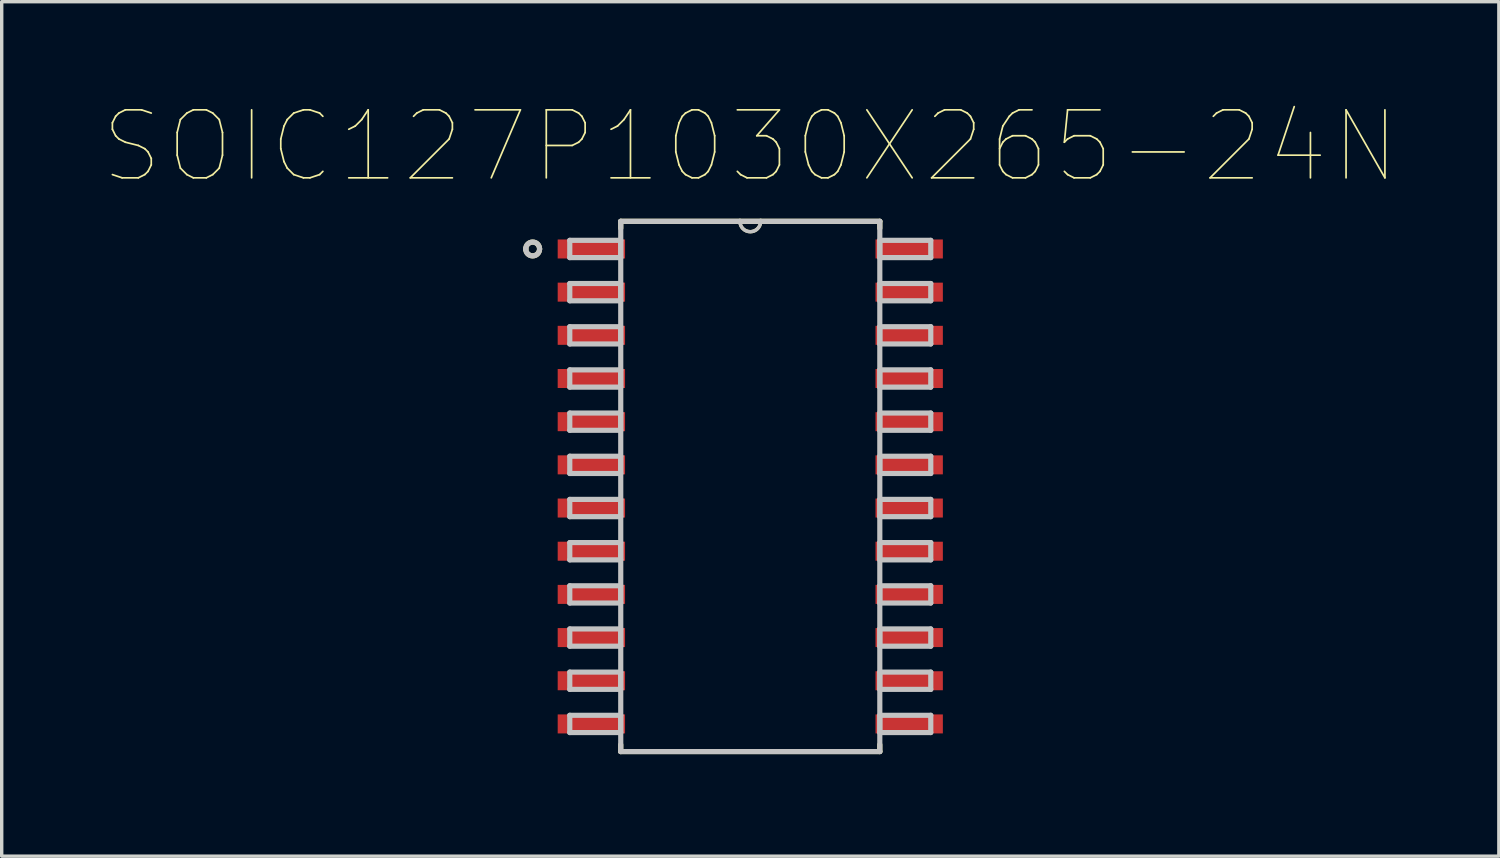
<source format=kicad_pcb>
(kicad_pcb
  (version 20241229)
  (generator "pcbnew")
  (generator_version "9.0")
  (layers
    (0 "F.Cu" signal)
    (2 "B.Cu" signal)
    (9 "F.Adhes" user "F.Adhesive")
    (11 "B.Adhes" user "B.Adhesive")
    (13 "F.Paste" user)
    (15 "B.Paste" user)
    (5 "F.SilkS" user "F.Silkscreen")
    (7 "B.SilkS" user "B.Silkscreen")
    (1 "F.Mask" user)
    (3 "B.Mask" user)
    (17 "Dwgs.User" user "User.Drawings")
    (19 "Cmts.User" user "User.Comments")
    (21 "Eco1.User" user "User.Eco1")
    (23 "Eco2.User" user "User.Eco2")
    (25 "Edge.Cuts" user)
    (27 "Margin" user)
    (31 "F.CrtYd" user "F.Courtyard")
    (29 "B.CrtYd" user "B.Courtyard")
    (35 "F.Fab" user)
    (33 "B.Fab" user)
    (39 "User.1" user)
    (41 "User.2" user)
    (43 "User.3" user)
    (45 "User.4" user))
  (footprint "SOIC127P1030X265-24N"
    (layer "F.Cu")
    (at 19.018 11.258)
    (property "Reference" "SOIC127P1030X265-24N" (at 0 -10 0) (layer "F.SilkS") (effects (font (size 2 2) (thickness 0.05))))
    (attr smd)
    (fp_line (start -3.81 -7.798) (end -3.81 -7.595) (stroke (width 0.152) (type solid)) (layer "F.SilkS"))
    (fp_line (start -3.81 7.595) (end -3.81 7.798) (stroke (width 0.152) (type solid)) (layer "F.SilkS"))
    (fp_line (start -3.81 7.798) (end 3.81 7.798) (stroke (width 0.152) (type solid)) (layer "F.SilkS"))
    (fp_line (start -0.305 -7.798) (end -3.81 -7.798) (stroke (width 0.152) (type solid)) (layer "F.SilkS"))
    (fp_line (start 0.305 -7.798) (end -0.305 -7.798) (stroke (width 0.152) (type solid)) (layer "F.SilkS"))
    (fp_line (start 3.81 -7.798) (end 0.305 -7.798) (stroke (width 0.152) (type solid)) (layer "F.SilkS"))
    (fp_line (start 3.81 -7.595) (end 3.81 -7.798) (stroke (width 0.152) (type solid)) (layer "F.SilkS"))
    (fp_line (start 3.81 7.798) (end 3.81 7.595) (stroke (width 0.152) (type solid)) (layer "F.SilkS"))
    (fp_arc (start -6.604 -6.985) (mid -6.4008 -7.1882) (end -6.1976 -6.985) (stroke (width 0.1524) (type solid)) (layer "F.SilkS"))
    (fp_arc (start -6.1976 -6.985) (mid -6.4008 -6.7818) (end -6.604 -6.985) (stroke (width 0.1524) (type solid)) (layer "F.SilkS"))
    (fp_arc (start 0.3048 -7.7978) (mid 0 -7.493) (end -0.3048 -7.7978) (stroke (width 0.1) (type solid)) (layer "F.SilkS"))
    (fp_line (start -5.309 -7.239) (end -5.309 -6.731) (stroke (width 0.152) (type solid)) (layer "Dwgs.User"))
    (fp_line (start -5.309 -6.731) (end -3.81 -6.731) (stroke (width 0.152) (type solid)) (layer "Dwgs.User"))
    (fp_line (start -5.309 -5.969) (end -5.309 -5.461) (stroke (width 0.152) (type solid)) (layer "Dwgs.User"))
    (fp_line (start -5.309 -5.461) (end -3.81 -5.461) (stroke (width 0.152) (type solid)) (layer "Dwgs.User"))
    (fp_line (start -5.309 -4.699) (end -5.309 -4.191) (stroke (width 0.152) (type solid)) (layer "Dwgs.User"))
    (fp_line (start -5.309 -4.191) (end -3.81 -4.191) (stroke (width 0.152) (type solid)) (layer "Dwgs.User"))
    (fp_line (start -5.309 -3.429) (end -5.309 -2.921) (stroke (width 0.152) (type solid)) (layer "Dwgs.User"))
    (fp_line (start -5.309 -2.921) (end -3.81 -2.921) (stroke (width 0.152) (type solid)) (layer "Dwgs.User"))
    (fp_line (start -5.309 -2.159) (end -5.309 -1.651) (stroke (width 0.152) (type solid)) (layer "Dwgs.User"))
    (fp_line (start -5.309 -1.651) (end -3.81 -1.651) (stroke (width 0.152) (type solid)) (layer "Dwgs.User"))
    (fp_line (start -5.309 -0.889) (end -5.309 -0.381) (stroke (width 0.152) (type solid)) (layer "Dwgs.User"))
    (fp_line (start -5.309 -0.381) (end -3.81 -0.381) (stroke (width 0.152) (type solid)) (layer "Dwgs.User"))
    (fp_line (start -5.309 0.381) (end -5.309 0.889) (stroke (width 0.152) (type solid)) (layer "Dwgs.User"))
    (fp_line (start -5.309 0.889) (end -3.81 0.889) (stroke (width 0.152) (type solid)) (layer "Dwgs.User"))
    (fp_line (start -5.309 1.651) (end -5.309 2.159) (stroke (width 0.152) (type solid)) (layer "Dwgs.User"))
    (fp_line (start -5.309 2.159) (end -3.81 2.159) (stroke (width 0.152) (type solid)) (layer "Dwgs.User"))
    (fp_line (start -5.309 2.921) (end -5.309 3.429) (stroke (width 0.152) (type solid)) (layer "Dwgs.User"))
    (fp_line (start -5.309 3.429) (end -3.81 3.429) (stroke (width 0.152) (type solid)) (layer "Dwgs.User"))
    (fp_line (start -5.309 4.191) (end -5.309 4.699) (stroke (width 0.152) (type solid)) (layer "Dwgs.User"))
    (fp_line (start -5.309 4.699) (end -3.81 4.699) (stroke (width 0.152) (type solid)) (layer "Dwgs.User"))
    (fp_line (start -5.309 5.461) (end -5.309 5.969) (stroke (width 0.152) (type solid)) (layer "Dwgs.User"))
    (fp_line (start -5.309 5.969) (end -3.81 5.969) (stroke (width 0.152) (type solid)) (layer "Dwgs.User"))
    (fp_line (start -5.309 6.731) (end -5.309 7.239) (stroke (width 0.152) (type solid)) (layer "Dwgs.User"))
    (fp_line (start -5.309 7.239) (end -3.81 7.239) (stroke (width 0.152) (type solid)) (layer "Dwgs.User"))
    (fp_line (start -3.81 -7.798) (end -3.81 7.798) (stroke (width 0.152) (type solid)) (layer "Dwgs.User"))
    (fp_line (start -3.81 -7.239) (end -5.309 -7.239) (stroke (width 0.152) (type solid)) (layer "Dwgs.User"))
    (fp_line (start -3.81 -6.731) (end -3.81 -7.239) (stroke (width 0.152) (type solid)) (layer "Dwgs.User"))
    (fp_line (start -3.81 -5.969) (end -5.309 -5.969) (stroke (width 0.152) (type solid)) (layer "Dwgs.User"))
    (fp_line (start -3.81 -5.461) (end -3.81 -5.969) (stroke (width 0.152) (type solid)) (layer "Dwgs.User"))
    (fp_line (start -3.81 -4.699) (end -5.309 -4.699) (stroke (width 0.152) (type solid)) (layer "Dwgs.User"))
    (fp_line (start -3.81 -4.191) (end -3.81 -4.699) (stroke (width 0.152) (type solid)) (layer "Dwgs.User"))
    (fp_line (start -3.81 -3.429) (end -5.309 -3.429) (stroke (width 0.152) (type solid)) (layer "Dwgs.User"))
    (fp_line (start -3.81 -2.921) (end -3.81 -3.429) (stroke (width 0.152) (type solid)) (layer "Dwgs.User"))
    (fp_line (start -3.81 -2.159) (end -5.309 -2.159) (stroke (width 0.152) (type solid)) (layer "Dwgs.User"))
    (fp_line (start -3.81 -1.651) (end -3.81 -2.159) (stroke (width 0.152) (type solid)) (layer "Dwgs.User"))
    (fp_line (start -3.81 -0.889) (end -5.309 -0.889) (stroke (width 0.152) (type solid)) (layer "Dwgs.User"))
    (fp_line (start -3.81 -0.381) (end -3.81 -0.889) (stroke (width 0.152) (type solid)) (layer "Dwgs.User"))
    (fp_line (start -3.81 0.381) (end -5.309 0.381) (stroke (width 0.152) (type solid)) (layer "Dwgs.User"))
    (fp_line (start -3.81 0.889) (end -3.81 0.381) (stroke (width 0.152) (type solid)) (layer "Dwgs.User"))
    (fp_line (start -3.81 1.651) (end -5.309 1.651) (stroke (width 0.152) (type solid)) (layer "Dwgs.User"))
    (fp_line (start -3.81 2.159) (end -3.81 1.651) (stroke (width 0.152) (type solid)) (layer "Dwgs.User"))
    (fp_line (start -3.81 2.921) (end -5.309 2.921) (stroke (width 0.152) (type solid)) (layer "Dwgs.User"))
    (fp_line (start -3.81 3.429) (end -3.81 2.921) (stroke (width 0.152) (type solid)) (layer "Dwgs.User"))
    (fp_line (start -3.81 4.191) (end -5.309 4.191) (stroke (width 0.152) (type solid)) (layer "Dwgs.User"))
    (fp_line (start -3.81 4.699) (end -3.81 4.191) (stroke (width 0.152) (type solid)) (layer "Dwgs.User"))
    (fp_line (start -3.81 5.461) (end -5.309 5.461) (stroke (width 0.152) (type solid)) (layer "Dwgs.User"))
    (fp_line (start -3.81 5.969) (end -3.81 5.461) (stroke (width 0.152) (type solid)) (layer "Dwgs.User"))
    (fp_line (start -3.81 6.731) (end -5.309 6.731) (stroke (width 0.152) (type solid)) (layer "Dwgs.User"))
    (fp_line (start -3.81 7.239) (end -3.81 6.731) (stroke (width 0.152) (type solid)) (layer "Dwgs.User"))
    (fp_line (start -3.81 7.798) (end 3.81 7.798) (stroke (width 0.152) (type solid)) (layer "Dwgs.User"))
    (fp_line (start -0.305 -7.798) (end -3.81 -7.798) (stroke (width 0.152) (type solid)) (layer "Dwgs.User"))
    (fp_line (start 0.305 -7.798) (end -0.305 -7.798) (stroke (width 0.152) (type solid)) (layer "Dwgs.User"))
    (fp_line (start 3.81 -7.798) (end 0.305 -7.798) (stroke (width 0.152) (type solid)) (layer "Dwgs.User"))
    (fp_line (start 3.81 -7.239) (end 3.81 -6.731) (stroke (width 0.152) (type solid)) (layer "Dwgs.User"))
    (fp_line (start 3.81 -6.731) (end 5.309 -6.731) (stroke (width 0.152) (type solid)) (layer "Dwgs.User"))
    (fp_line (start 3.81 -5.969) (end 3.81 -5.461) (stroke (width 0.152) (type solid)) (layer "Dwgs.User"))
    (fp_line (start 3.81 -5.461) (end 5.309 -5.461) (stroke (width 0.152) (type solid)) (layer "Dwgs.User"))
    (fp_line (start 3.81 -4.699) (end 3.81 -4.191) (stroke (width 0.152) (type solid)) (layer "Dwgs.User"))
    (fp_line (start 3.81 -4.191) (end 5.309 -4.191) (stroke (width 0.152) (type solid)) (layer "Dwgs.User"))
    (fp_line (start 3.81 -3.429) (end 3.81 -2.921) (stroke (width 0.152) (type solid)) (layer "Dwgs.User"))
    (fp_line (start 3.81 -2.921) (end 5.309 -2.921) (stroke (width 0.152) (type solid)) (layer "Dwgs.User"))
    (fp_line (start 3.81 -2.159) (end 3.81 -1.651) (stroke (width 0.152) (type solid)) (layer "Dwgs.User"))
    (fp_line (start 3.81 -1.651) (end 5.309 -1.651) (stroke (width 0.152) (type solid)) (layer "Dwgs.User"))
    (fp_line (start 3.81 -0.889) (end 3.81 -0.381) (stroke (width 0.152) (type solid)) (layer "Dwgs.User"))
    (fp_line (start 3.81 -0.381) (end 5.309 -0.381) (stroke (width 0.152) (type solid)) (layer "Dwgs.User"))
    (fp_line (start 3.81 0.381) (end 3.81 0.889) (stroke (width 0.152) (type solid)) (layer "Dwgs.User"))
    (fp_line (start 3.81 0.889) (end 5.309 0.889) (stroke (width 0.152) (type solid)) (layer "Dwgs.User"))
    (fp_line (start 3.81 1.651) (end 3.81 2.159) (stroke (width 0.152) (type solid)) (layer "Dwgs.User"))
    (fp_line (start 3.81 2.159) (end 5.309 2.159) (stroke (width 0.152) (type solid)) (layer "Dwgs.User"))
    (fp_line (start 3.81 2.921) (end 3.81 3.429) (stroke (width 0.152) (type solid)) (layer "Dwgs.User"))
    (fp_line (start 3.81 3.429) (end 5.309 3.429) (stroke (width 0.152) (type solid)) (layer "Dwgs.User"))
    (fp_line (start 3.81 4.191) (end 3.81 4.699) (stroke (width 0.152) (type solid)) (layer "Dwgs.User"))
    (fp_line (start 3.81 4.699) (end 5.309 4.699) (stroke (width 0.152) (type solid)) (layer "Dwgs.User"))
    (fp_line (start 3.81 5.461) (end 3.81 5.969) (stroke (width 0.152) (type solid)) (layer "Dwgs.User"))
    (fp_line (start 3.81 5.969) (end 5.309 5.969) (stroke (width 0.152) (type solid)) (layer "Dwgs.User"))
    (fp_line (start 3.81 6.731) (end 3.81 7.239) (stroke (width 0.152) (type solid)) (layer "Dwgs.User"))
    (fp_line (start 3.81 7.239) (end 5.309 7.239) (stroke (width 0.152) (type solid)) (layer "Dwgs.User"))
    (fp_line (start 3.81 7.798) (end 3.81 -7.798) (stroke (width 0.152) (type solid)) (layer "Dwgs.User"))
    (fp_line (start 5.309 -7.239) (end 3.81 -7.239) (stroke (width 0.152) (type solid)) (layer "Dwgs.User"))
    (fp_line (start 5.309 -6.731) (end 5.309 -7.239) (stroke (width 0.152) (type solid)) (layer "Dwgs.User"))
    (fp_line (start 5.309 -5.969) (end 3.81 -5.969) (stroke (width 0.152) (type solid)) (layer "Dwgs.User"))
    (fp_line (start 5.309 -5.461) (end 5.309 -5.969) (stroke (width 0.152) (type solid)) (layer "Dwgs.User"))
    (fp_line (start 5.309 -4.699) (end 3.81 -4.699) (stroke (width 0.152) (type solid)) (layer "Dwgs.User"))
    (fp_line (start 5.309 -4.191) (end 5.309 -4.699) (stroke (width 0.152) (type solid)) (layer "Dwgs.User"))
    (fp_line (start 5.309 -3.429) (end 3.81 -3.429) (stroke (width 0.152) (type solid)) (layer "Dwgs.User"))
    (fp_line (start 5.309 -2.921) (end 5.309 -3.429) (stroke (width 0.152) (type solid)) (layer "Dwgs.User"))
    (fp_line (start 5.309 -2.159) (end 3.81 -2.159) (stroke (width 0.152) (type solid)) (layer "Dwgs.User"))
    (fp_line (start 5.309 -1.651) (end 5.309 -2.159) (stroke (width 0.152) (type solid)) (layer "Dwgs.User"))
    (fp_line (start 5.309 -0.889) (end 3.81 -0.889) (stroke (width 0.152) (type solid)) (layer "Dwgs.User"))
    (fp_line (start 5.309 -0.381) (end 5.309 -0.889) (stroke (width 0.152) (type solid)) (layer "Dwgs.User"))
    (fp_line (start 5.309 0.381) (end 3.81 0.381) (stroke (width 0.152) (type solid)) (layer "Dwgs.User"))
    (fp_line (start 5.309 0.889) (end 5.309 0.381) (stroke (width 0.152) (type solid)) (layer "Dwgs.User"))
    (fp_line (start 5.309 1.651) (end 3.81 1.651) (stroke (width 0.152) (type solid)) (layer "Dwgs.User"))
    (fp_line (start 5.309 2.159) (end 5.309 1.651) (stroke (width 0.152) (type solid)) (layer "Dwgs.User"))
    (fp_line (start 5.309 2.921) (end 3.81 2.921) (stroke (width 0.152) (type solid)) (layer "Dwgs.User"))
    (fp_line (start 5.309 3.429) (end 5.309 2.921) (stroke (width 0.152) (type solid)) (layer "Dwgs.User"))
    (fp_line (start 5.309 4.191) (end 3.81 4.191) (stroke (width 0.152) (type solid)) (layer "Dwgs.User"))
    (fp_line (start 5.309 4.699) (end 5.309 4.191) (stroke (width 0.152) (type solid)) (layer "Dwgs.User"))
    (fp_line (start 5.309 5.461) (end 3.81 5.461) (stroke (width 0.152) (type solid)) (layer "Dwgs.User"))
    (fp_line (start 5.309 5.969) (end 5.309 5.461) (stroke (width 0.152) (type solid)) (layer "Dwgs.User"))
    (fp_line (start 5.309 6.731) (end 3.81 6.731) (stroke (width 0.152) (type solid)) (layer "Dwgs.User"))
    (fp_line (start 5.309 7.239) (end 5.309 6.731) (stroke (width 0.152) (type solid)) (layer "Dwgs.User"))
    (fp_arc (start -6.604 -6.985) (mid -6.4008 -7.1882) (end -6.1976 -6.985) (stroke (width 0.1524) (type solid)) (layer "Dwgs.User"))
    (fp_arc (start -6.1976 -6.985) (mid -6.4008 -6.7818) (end -6.604 -6.985) (stroke (width 0.1524) (type solid)) (layer "Dwgs.User"))
    (fp_arc (start 0.3048 -7.7978) (mid 0 -7.493) (end -0.3048 -7.7978) (stroke (width 0.1) (type solid)) (layer "Dwgs.User"))
    (pad "1" smd rect (at -4.674 -6.985) (size 1.981 0.559) (layers "F.Cu" "F.Mask" "F.Paste"))
    (pad "2" smd rect (at -4.674 -5.715) (size 1.981 0.559) (layers "F.Cu" "F.Mask" "F.Paste"))
    (pad "3" smd rect (at -4.674 -4.445) (size 1.981 0.559) (layers "F.Cu" "F.Mask" "F.Paste"))
    (pad "4" smd rect (at -4.674 -3.175) (size 1.981 0.559) (layers "F.Cu" "F.Mask" "F.Paste"))
    (pad "5" smd rect (at -4.674 -1.905) (size 1.981 0.559) (layers "F.Cu" "F.Mask" "F.Paste"))
    (pad "6" smd rect (at -4.674 -0.635) (size 1.981 0.559) (layers "F.Cu" "F.Mask" "F.Paste"))
    (pad "7" smd rect (at -4.674 0.635) (size 1.981 0.559) (layers "F.Cu" "F.Mask" "F.Paste"))
    (pad "8" smd rect (at -4.674 1.905) (size 1.981 0.559) (layers "F.Cu" "F.Mask" "F.Paste"))
    (pad "9" smd rect (at -4.674 3.175) (size 1.981 0.559) (layers "F.Cu" "F.Mask" "F.Paste"))
    (pad "10" smd rect (at -4.674 4.445) (size 1.981 0.559) (layers "F.Cu" "F.Mask" "F.Paste"))
    (pad "11" smd rect (at -4.674 5.715) (size 1.981 0.559) (layers "F.Cu" "F.Mask" "F.Paste"))
    (pad "12" smd rect (at -4.674 6.985) (size 1.981 0.559) (layers "F.Cu" "F.Mask" "F.Paste"))
    (pad "13" smd rect (at 4.674 6.985 180) (size 1.981 0.559) (layers "F.Cu" "F.Mask" "F.Paste"))
    (pad "14" smd rect (at 4.674 5.715 180) (size 1.981 0.559) (layers "F.Cu" "F.Mask" "F.Paste"))
    (pad "15" smd rect (at 4.674 4.445 180) (size 1.981 0.559) (layers "F.Cu" "F.Mask" "F.Paste"))
    (pad "16" smd rect (at 4.674 3.175 180) (size 1.981 0.559) (layers "F.Cu" "F.Mask" "F.Paste"))
    (pad "17" smd rect (at 4.674 1.905 180) (size 1.981 0.559) (layers "F.Cu" "F.Mask" "F.Paste"))
    (pad "18" smd rect (at 4.674 0.635 180) (size 1.981 0.559) (layers "F.Cu" "F.Mask" "F.Paste"))
    (pad "19" smd rect (at 4.674 -0.635 180) (size 1.981 0.559) (layers "F.Cu" "F.Mask" "F.Paste"))
    (pad "20" smd rect (at 4.674 -1.905 180) (size 1.981 0.559) (layers "F.Cu" "F.Mask" "F.Paste"))
    (pad "21" smd rect (at 4.674 -3.175 180) (size 1.981 0.559) (layers "F.Cu" "F.Mask" "F.Paste"))
    (pad "22" smd rect (at 4.674 -4.445 180) (size 1.981 0.559) (layers "F.Cu" "F.Mask" "F.Paste"))
    (pad "23" smd rect (at 4.674 -5.715 180) (size 1.981 0.559) (layers "F.Cu" "F.Mask" "F.Paste"))
    (pad "24" smd rect (at 4.674 -6.985 180) (size 1.981 0.559) (layers "F.Cu" "F.Mask" "F.Paste")))
  (gr_rect
    (start -3 -3)
    (end 41.036 22.132)
    (stroke (width 0.1) (type default))
    (fill no)
    (layer "Edge.Cuts")))
</source>
